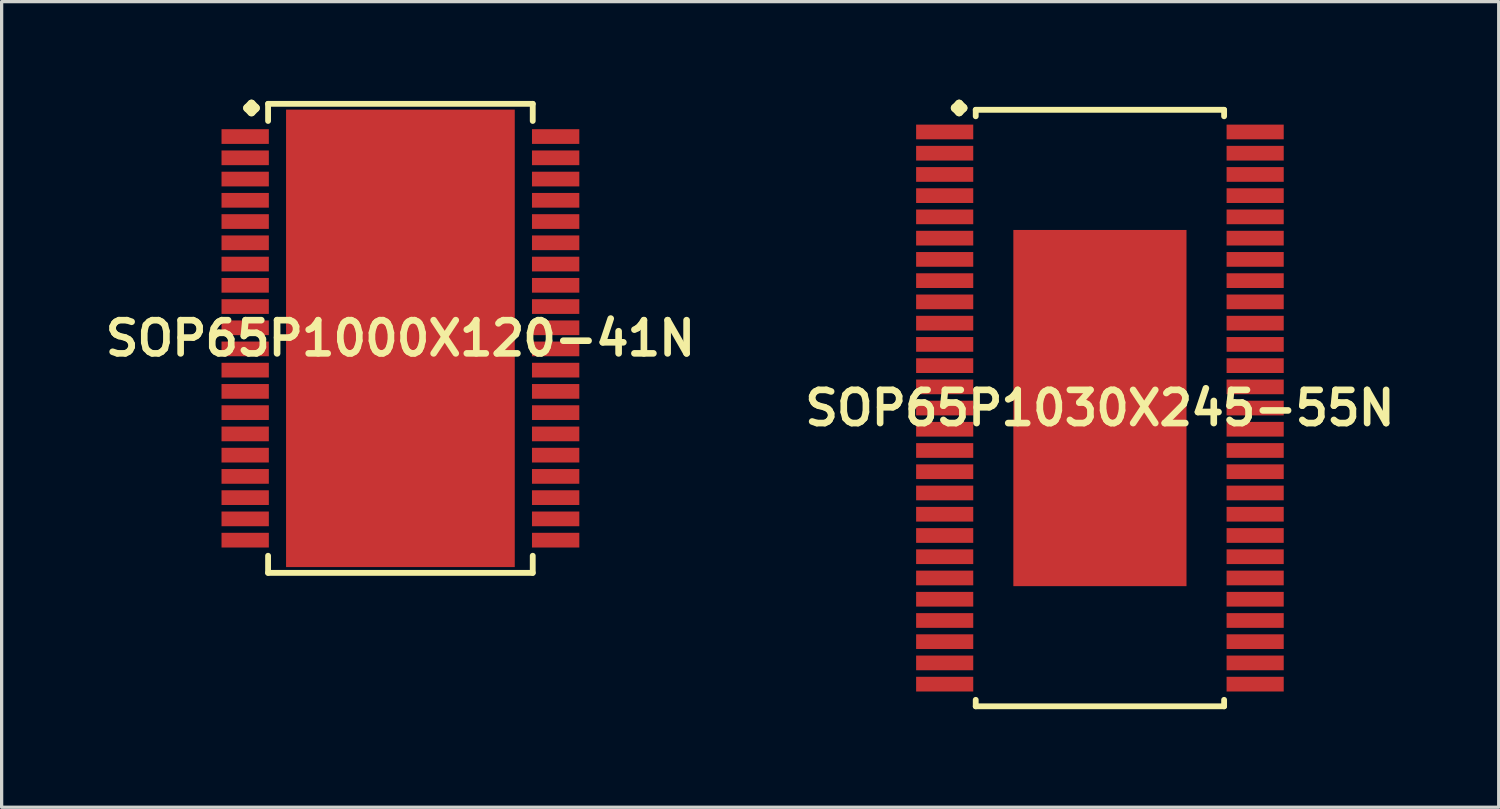
<source format=kicad_pcb>
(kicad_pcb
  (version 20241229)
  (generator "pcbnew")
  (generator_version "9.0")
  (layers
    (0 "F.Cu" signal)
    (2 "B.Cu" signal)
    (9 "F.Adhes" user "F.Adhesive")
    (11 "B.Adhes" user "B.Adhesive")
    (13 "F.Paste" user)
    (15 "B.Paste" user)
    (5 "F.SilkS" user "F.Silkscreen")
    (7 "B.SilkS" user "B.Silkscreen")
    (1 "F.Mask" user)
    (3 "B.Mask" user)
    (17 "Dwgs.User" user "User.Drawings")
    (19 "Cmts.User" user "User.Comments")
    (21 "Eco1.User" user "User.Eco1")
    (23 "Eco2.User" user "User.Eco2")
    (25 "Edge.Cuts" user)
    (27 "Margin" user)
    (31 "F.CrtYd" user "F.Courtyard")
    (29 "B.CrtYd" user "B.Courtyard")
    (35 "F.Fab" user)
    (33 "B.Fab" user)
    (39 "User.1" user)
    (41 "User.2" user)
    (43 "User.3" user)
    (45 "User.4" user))
  (footprint "SOP65P1000X120-41N"
    (layer "F.Cu")
    (at 9.202 7.303)
    (property "Reference" "SOP65P1000X120-41N" (at 0 0 0) (layer "F.SilkS") (effects (font (size 1.016 1.016) (thickness 0.203))))
    (attr smd)
    (fp_line (start -4.684 -7.048) (end -4.557 -7.176) (stroke (width 0.254) (type solid)) (layer "F.SilkS"))
    (fp_line (start -4.557 -7.176) (end -4.43 -7.048) (stroke (width 0.254) (type solid)) (layer "F.SilkS"))
    (fp_line (start -4.557 -6.921) (end -4.684 -7.048) (stroke (width 0.254) (type solid)) (layer "F.SilkS"))
    (fp_line (start -4.43 -7.048) (end -4.557 -6.921) (stroke (width 0.254) (type solid)) (layer "F.SilkS"))
    (fp_line (start -4.049 -7.176) (end 4.049 -7.176) (stroke (width 0.178) (type solid)) (layer "F.SilkS"))
    (fp_line (start -4.049 -6.652) (end -4.049 -7.176) (stroke (width 0.178) (type solid)) (layer "F.SilkS"))
    (fp_line (start -4.049 6.652) (end -4.049 7.176) (stroke (width 0.178) (type solid)) (layer "F.SilkS"))
    (fp_line (start -4.049 7.176) (end 4.049 7.176) (stroke (width 0.178) (type solid)) (layer "F.SilkS"))
    (fp_line (start 4.049 -7.176) (end 4.049 -6.652) (stroke (width 0.178) (type solid)) (layer "F.SilkS"))
    (fp_line (start 4.049 7.176) (end 4.049 6.652) (stroke (width 0.178) (type solid)) (layer "F.SilkS"))
    (pad "1" smd rect (at -4.75 -6.175) (size 1.448 0.45) (layers "F.Cu" "F.Mask" "F.Paste"))
    (pad "2" smd rect (at -4.75 -5.524) (size 1.448 0.45) (layers "F.Cu" "F.Mask" "F.Paste"))
    (pad "3" smd rect (at -4.75 -4.874) (size 1.448 0.45) (layers "F.Cu" "F.Mask" "F.Paste"))
    (pad "4" smd rect (at -4.75 -4.224) (size 1.448 0.45) (layers "F.Cu" "F.Mask" "F.Paste"))
    (pad "5" smd rect (at -4.75 -3.574) (size 1.448 0.45) (layers "F.Cu" "F.Mask" "F.Paste"))
    (pad "6" smd rect (at -4.75 -2.924) (size 1.448 0.45) (layers "F.Cu" "F.Mask" "F.Paste"))
    (pad "7" smd rect (at -4.75 -2.273) (size 1.448 0.45) (layers "F.Cu" "F.Mask" "F.Paste"))
    (pad "8" smd rect (at -4.75 -1.623) (size 1.448 0.45) (layers "F.Cu" "F.Mask" "F.Paste"))
    (pad "9" smd rect (at -4.75 -0.973) (size 1.448 0.45) (layers "F.Cu" "F.Mask" "F.Paste"))
    (pad "10" smd rect (at -4.75 -0.323) (size 1.448 0.45) (layers "F.Cu" "F.Mask" "F.Paste"))
    (pad "11" smd rect (at -4.75 0.323) (size 1.448 0.45) (layers "F.Cu" "F.Mask" "F.Paste"))
    (pad "12" smd rect (at -4.75 0.973) (size 1.448 0.45) (layers "F.Cu" "F.Mask" "F.Paste"))
    (pad "13" smd rect (at -4.75 1.623) (size 1.448 0.45) (layers "F.Cu" "F.Mask" "F.Paste"))
    (pad "14" smd rect (at -4.75 2.273) (size 1.448 0.45) (layers "F.Cu" "F.Mask" "F.Paste"))
    (pad "15" smd rect (at -4.75 2.924) (size 1.448 0.45) (layers "F.Cu" "F.Mask" "F.Paste"))
    (pad "16" smd rect (at -4.75 3.574) (size 1.448 0.45) (layers "F.Cu" "F.Mask" "F.Paste"))
    (pad "17" smd rect (at -4.75 4.224) (size 1.448 0.45) (layers "F.Cu" "F.Mask" "F.Paste"))
    (pad "18" smd rect (at -4.75 4.874) (size 1.448 0.45) (layers "F.Cu" "F.Mask" "F.Paste"))
    (pad "19" smd rect (at -4.75 5.524) (size 1.448 0.45) (layers "F.Cu" "F.Mask" "F.Paste"))
    (pad "20" smd rect (at -4.75 6.175) (size 1.448 0.45) (layers "F.Cu" "F.Mask" "F.Paste"))
    (pad "21" smd rect (at 4.75 6.175) (size 1.448 0.45) (layers "F.Cu" "F.Mask" "F.Paste"))
    (pad "22" smd rect (at 4.75 5.524) (size 1.448 0.45) (layers "F.Cu" "F.Mask" "F.Paste"))
    (pad "23" smd rect (at 4.75 4.874) (size 1.448 0.45) (layers "F.Cu" "F.Mask" "F.Paste"))
    (pad "24" smd rect (at 4.75 4.224) (size 1.448 0.45) (layers "F.Cu" "F.Mask" "F.Paste"))
    (pad "25" smd rect (at 4.75 3.574) (size 1.448 0.45) (layers "F.Cu" "F.Mask" "F.Paste"))
    (pad "26" smd rect (at 4.75 2.924) (size 1.448 0.45) (layers "F.Cu" "F.Mask" "F.Paste"))
    (pad "27" smd rect (at 4.75 2.273) (size 1.448 0.45) (layers "F.Cu" "F.Mask" "F.Paste"))
    (pad "28" smd rect (at 4.75 1.623) (size 1.448 0.45) (layers "F.Cu" "F.Mask" "F.Paste"))
    (pad "29" smd rect (at 4.75 0.973) (size 1.448 0.45) (layers "F.Cu" "F.Mask" "F.Paste"))
    (pad "30" smd rect (at 4.75 0.323) (size 1.448 0.45) (layers "F.Cu" "F.Mask" "F.Paste"))
    (pad "31" smd rect (at 4.75 -0.323) (size 1.448 0.45) (layers "F.Cu" "F.Mask" "F.Paste"))
    (pad "32" smd rect (at 4.75 -0.973) (size 1.448 0.45) (layers "F.Cu" "F.Mask" "F.Paste"))
    (pad "33" smd rect (at 4.75 -1.623) (size 1.448 0.45) (layers "F.Cu" "F.Mask" "F.Paste"))
    (pad "34" smd rect (at 4.75 -2.273) (size 1.448 0.45) (layers "F.Cu" "F.Mask" "F.Paste"))
    (pad "35" smd rect (at 4.75 -2.924) (size 1.448 0.45) (layers "F.Cu" "F.Mask" "F.Paste"))
    (pad "36" smd rect (at 4.75 -3.574) (size 1.448 0.45) (layers "F.Cu" "F.Mask" "F.Paste"))
    (pad "37" smd rect (at 4.75 -4.224) (size 1.448 0.45) (layers "F.Cu" "F.Mask" "F.Paste"))
    (pad "38" smd rect (at 4.75 -4.874) (size 1.448 0.45) (layers "F.Cu" "F.Mask" "F.Paste"))
    (pad "39" smd rect (at 4.75 -5.524) (size 1.448 0.45) (layers "F.Cu" "F.Mask" "F.Paste"))
    (pad "40" smd rect (at 4.75 -6.175) (size 1.448 0.45) (layers "F.Cu" "F.Mask" "F.Paste"))
    (pad "41" smd rect (at 0 0) (size 6.998 13.998) (layers "F.Cu" "F.Mask" "F.Paste")))
  (footprint "SOP65P1030X245-55N"
    (layer "F.Cu")
    (at 30.606 9.436)
    (property "Reference" "SOP65P1030X245-55N" (at 0 0 0) (layer "F.SilkS") (effects (font (size 1.016 1.016) (thickness 0.203))))
    (attr smd)
    (fp_line (start -4.435 -9.182) (end -4.308 -9.309) (stroke (width 0.254) (type solid)) (layer "F.SilkS"))
    (fp_line (start -4.308 -9.309) (end -4.181 -9.182) (stroke (width 0.254) (type solid)) (layer "F.SilkS"))
    (fp_line (start -4.308 -9.055) (end -4.435 -9.182) (stroke (width 0.254) (type solid)) (layer "F.SilkS"))
    (fp_line (start -4.181 -9.182) (end -4.308 -9.055) (stroke (width 0.254) (type solid)) (layer "F.SilkS"))
    (fp_line (start -3.8 -9.126) (end 3.8 -9.126) (stroke (width 0.178) (type solid)) (layer "F.SilkS"))
    (fp_line (start -3.8 -8.928) (end -3.8 -9.126) (stroke (width 0.178) (type solid)) (layer "F.SilkS"))
    (fp_line (start -3.8 8.928) (end -3.8 9.126) (stroke (width 0.178) (type solid)) (layer "F.SilkS"))
    (fp_line (start -3.8 9.126) (end 3.8 9.126) (stroke (width 0.178) (type solid)) (layer "F.SilkS"))
    (fp_line (start 3.8 -9.126) (end 3.8 -8.928) (stroke (width 0.178) (type solid)) (layer "F.SilkS"))
    (fp_line (start 3.8 9.126) (end 3.8 8.928) (stroke (width 0.178) (type solid)) (layer "F.SilkS"))
    (pad "1" smd rect (at -4.75 -8.448) (size 1.748 0.45) (layers "F.Cu" "F.Mask" "F.Paste"))
    (pad "2" smd rect (at -4.75 -7.798) (size 1.748 0.45) (layers "F.Cu" "F.Mask" "F.Paste"))
    (pad "3" smd rect (at -4.75 -7.148) (size 1.748 0.45) (layers "F.Cu" "F.Mask" "F.Paste"))
    (pad "4" smd rect (at -4.75 -6.5) (size 1.748 0.45) (layers "F.Cu" "F.Mask" "F.Paste"))
    (pad "5" smd rect (at -4.75 -5.85) (size 1.748 0.45) (layers "F.Cu" "F.Mask" "F.Paste"))
    (pad "6" smd rect (at -4.75 -5.199) (size 1.748 0.45) (layers "F.Cu" "F.Mask" "F.Paste"))
    (pad "7" smd rect (at -4.75 -4.549) (size 1.748 0.45) (layers "F.Cu" "F.Mask" "F.Paste"))
    (pad "8" smd rect (at -4.75 -3.899) (size 1.748 0.45) (layers "F.Cu" "F.Mask" "F.Paste"))
    (pad "9" smd rect (at -4.75 -3.249) (size 1.748 0.45) (layers "F.Cu" "F.Mask" "F.Paste"))
    (pad "10" smd rect (at -4.75 -2.598) (size 1.748 0.45) (layers "F.Cu" "F.Mask" "F.Paste"))
    (pad "11" smd rect (at -4.75 -1.948) (size 1.748 0.45) (layers "F.Cu" "F.Mask" "F.Paste"))
    (pad "12" smd rect (at -4.75 -1.298) (size 1.748 0.45) (layers "F.Cu" "F.Mask" "F.Paste"))
    (pad "13" smd rect (at -4.75 -0.648) (size 1.748 0.45) (layers "F.Cu" "F.Mask" "F.Paste"))
    (pad "14" smd rect (at -4.75 0) (size 1.748 0.45) (layers "F.Cu" "F.Mask" "F.Paste"))
    (pad "15" smd rect (at -4.75 0.648) (size 1.748 0.45) (layers "F.Cu" "F.Mask" "F.Paste"))
    (pad "16" smd rect (at -4.75 1.298) (size 1.748 0.45) (layers "F.Cu" "F.Mask" "F.Paste"))
    (pad "17" smd rect (at -4.75 1.948) (size 1.748 0.45) (layers "F.Cu" "F.Mask" "F.Paste"))
    (pad "18" smd rect (at -4.75 2.598) (size 1.748 0.45) (layers "F.Cu" "F.Mask" "F.Paste"))
    (pad "19" smd rect (at -4.75 3.249) (size 1.748 0.45) (layers "F.Cu" "F.Mask" "F.Paste"))
    (pad "20" smd rect (at -4.75 3.899) (size 1.748 0.45) (layers "F.Cu" "F.Mask" "F.Paste"))
    (pad "21" smd rect (at -4.75 4.549) (size 1.748 0.45) (layers "F.Cu" "F.Mask" "F.Paste"))
    (pad "22" smd rect (at -4.75 5.199) (size 1.748 0.45) (layers "F.Cu" "F.Mask" "F.Paste"))
    (pad "23" smd rect (at -4.75 5.85) (size 1.748 0.45) (layers "F.Cu" "F.Mask" "F.Paste"))
    (pad "24" smd rect (at -4.75 6.5) (size 1.748 0.45) (layers "F.Cu" "F.Mask" "F.Paste"))
    (pad "25" smd rect (at -4.75 7.148) (size 1.748 0.45) (layers "F.Cu" "F.Mask" "F.Paste"))
    (pad "26" smd rect (at -4.75 7.798) (size 1.748 0.45) (layers "F.Cu" "F.Mask" "F.Paste"))
    (pad "27" smd rect (at -4.75 8.448) (size 1.748 0.45) (layers "F.Cu" "F.Mask" "F.Paste"))
    (pad "28" smd rect (at 4.75 8.448) (size 1.748 0.45) (layers "F.Cu" "F.Mask" "F.Paste"))
    (pad "29" smd rect (at 4.75 7.798) (size 1.748 0.45) (layers "F.Cu" "F.Mask" "F.Paste"))
    (pad "30" smd rect (at 4.75 7.148) (size 1.748 0.45) (layers "F.Cu" "F.Mask" "F.Paste"))
    (pad "31" smd rect (at 4.75 6.5) (size 1.748 0.45) (layers "F.Cu" "F.Mask" "F.Paste"))
    (pad "32" smd rect (at 4.75 5.85) (size 1.748 0.45) (layers "F.Cu" "F.Mask" "F.Paste"))
    (pad "33" smd rect (at 4.75 5.199) (size 1.748 0.45) (layers "F.Cu" "F.Mask" "F.Paste"))
    (pad "34" smd rect (at 4.75 4.549) (size 1.748 0.45) (layers "F.Cu" "F.Mask" "F.Paste"))
    (pad "35" smd rect (at 4.75 3.899) (size 1.748 0.45) (layers "F.Cu" "F.Mask" "F.Paste"))
    (pad "36" smd rect (at 4.75 3.249) (size 1.748 0.45) (layers "F.Cu" "F.Mask" "F.Paste"))
    (pad "37" smd rect (at 4.75 2.598) (size 1.748 0.45) (layers "F.Cu" "F.Mask" "F.Paste"))
    (pad "38" smd rect (at 4.75 1.948) (size 1.748 0.45) (layers "F.Cu" "F.Mask" "F.Paste"))
    (pad "39" smd rect (at 4.75 1.298) (size 1.748 0.45) (layers "F.Cu" "F.Mask" "F.Paste"))
    (pad "40" smd rect (at 4.75 0.648) (size 1.748 0.45) (layers "F.Cu" "F.Mask" "F.Paste"))
    (pad "41" smd rect (at 4.75 0) (size 1.748 0.45) (layers "F.Cu" "F.Mask" "F.Paste"))
    (pad "42" smd rect (at 4.75 -0.648) (size 1.748 0.45) (layers "F.Cu" "F.Mask" "F.Paste"))
    (pad "43" smd rect (at 4.75 -1.298) (size 1.748 0.45) (layers "F.Cu" "F.Mask" "F.Paste"))
    (pad "44" smd rect (at 4.75 -1.948) (size 1.748 0.45) (layers "F.Cu" "F.Mask" "F.Paste"))
    (pad "45" smd rect (at 4.75 -2.598) (size 1.748 0.45) (layers "F.Cu" "F.Mask" "F.Paste"))
    (pad "46" smd rect (at 4.75 -3.249) (size 1.748 0.45) (layers "F.Cu" "F.Mask" "F.Paste"))
    (pad "47" smd rect (at 4.75 -3.899) (size 1.748 0.45) (layers "F.Cu" "F.Mask" "F.Paste"))
    (pad "48" smd rect (at 4.75 -4.549) (size 1.748 0.45) (layers "F.Cu" "F.Mask" "F.Paste"))
    (pad "49" smd rect (at 4.75 -5.199) (size 1.748 0.45) (layers "F.Cu" "F.Mask" "F.Paste"))
    (pad "50" smd rect (at 4.75 -5.85) (size 1.748 0.45) (layers "F.Cu" "F.Mask" "F.Paste"))
    (pad "51" smd rect (at 4.75 -6.5) (size 1.748 0.45) (layers "F.Cu" "F.Mask" "F.Paste"))
    (pad "52" smd rect (at 4.75 -7.148) (size 1.748 0.45) (layers "F.Cu" "F.Mask" "F.Paste"))
    (pad "53" smd rect (at 4.75 -7.798) (size 1.748 0.45) (layers "F.Cu" "F.Mask" "F.Paste"))
    (pad "54" smd rect (at 4.75 -8.448) (size 1.748 0.45) (layers "F.Cu" "F.Mask" "F.Paste"))
    (pad "55" smd rect (at 0 0) (size 5.298 10.899) (layers "F.Cu" "F.Mask" "F.Paste")))
  (gr_rect
    (start -3 -3)
    (end 42.808 21.651)
    (stroke (width 0.1) (type default))
    (fill no)
    (layer "Edge.Cuts")))
</source>
